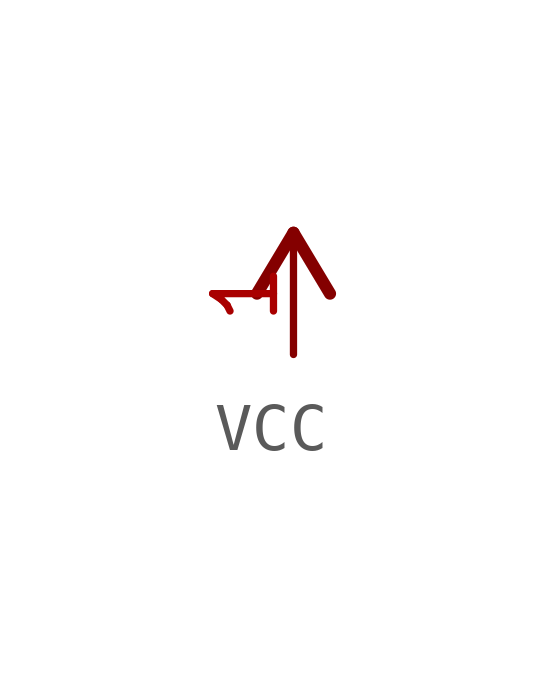
<source format=kicad_sym>
(kicad_symbol_lib
  (version 20231120)
  (generator "kicad_symbol_editor")
  (generator_version "8.0")
  (symbol "VCC"
    (power)
    (property "Reference" "#P+"
      (at 0 0 0)
      (effects (font (size 1.27 1.27)) (hide yes)))
    (property "ki_locked" ""
      (at 0 0 0)
      (effects (font (size 1.27 1.27))))
    (symbol "VCC_1_0"
      (polyline (pts (xy 0 0.635) (xy -0.762 -0.635)) (stroke (width 0.254) (type solid)) (fill (type none)))
      (polyline (pts (xy 0.762 -0.635) (xy 0 0.635)) (stroke (width 0.254) (type solid)) (fill (type none)))
      (pin power_in line (at 0 -1.905 90) (length 2.54) (name "VCC" (effects (font (size 0 0)))) (number "1" (effects (font (size 1.27 1.27))))))))
</source>
